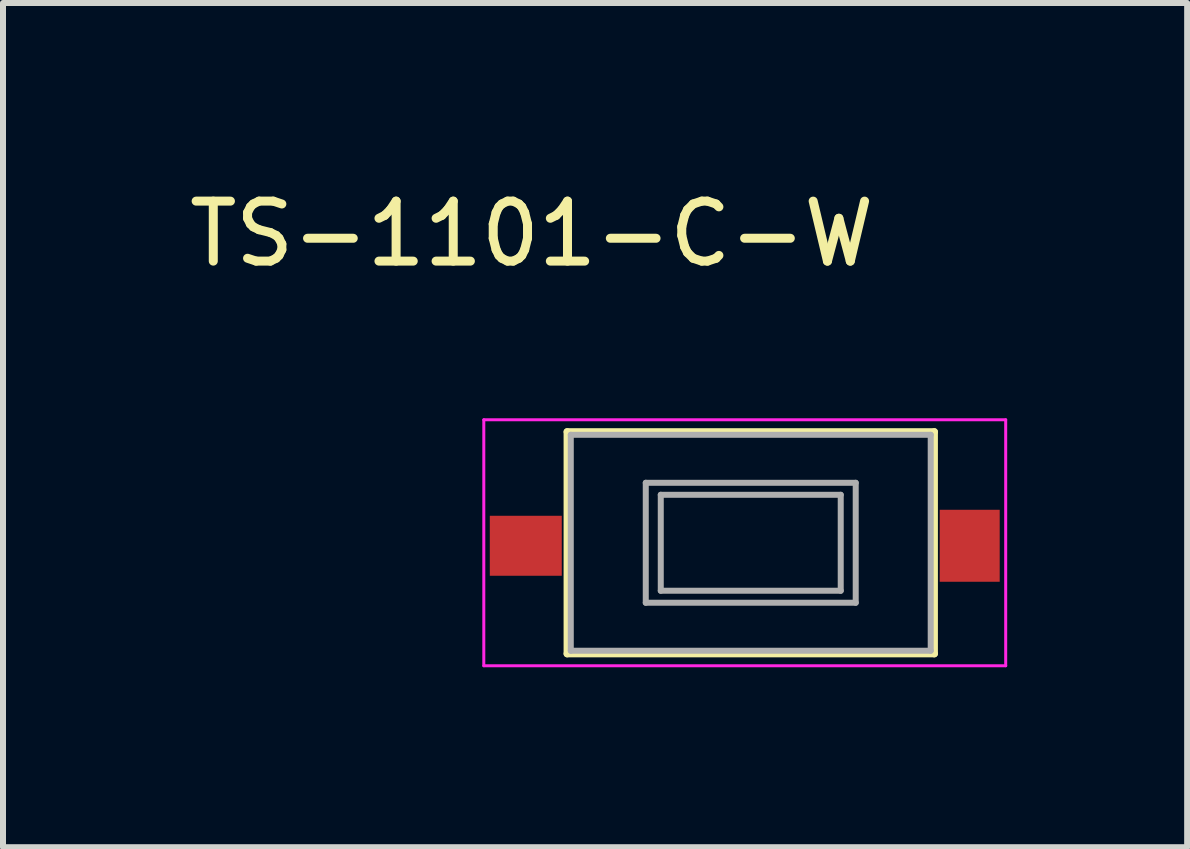
<source format=kicad_pcb>
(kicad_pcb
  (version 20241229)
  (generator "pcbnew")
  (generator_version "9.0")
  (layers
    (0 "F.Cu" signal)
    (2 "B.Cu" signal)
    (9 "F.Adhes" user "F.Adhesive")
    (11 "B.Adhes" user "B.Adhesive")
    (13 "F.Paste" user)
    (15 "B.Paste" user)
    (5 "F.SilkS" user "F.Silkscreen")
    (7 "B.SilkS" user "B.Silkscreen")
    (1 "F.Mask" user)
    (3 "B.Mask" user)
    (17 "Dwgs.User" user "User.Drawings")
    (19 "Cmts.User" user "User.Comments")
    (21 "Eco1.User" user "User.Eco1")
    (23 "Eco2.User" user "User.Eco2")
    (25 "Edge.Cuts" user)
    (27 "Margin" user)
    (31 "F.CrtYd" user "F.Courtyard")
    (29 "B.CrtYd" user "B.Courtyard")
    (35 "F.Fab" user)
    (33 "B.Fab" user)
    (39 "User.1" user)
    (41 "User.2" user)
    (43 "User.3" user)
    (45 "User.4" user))
  (footprint "TS-1101-C-W"
    (layer "F.Cu")
    (at 9.415 6.048)
    (property "Reference" "TS-1101-C-W" (at -3.6 -5.2 0) (unlocked yes) (layer "F.SilkS") (effects (font (size 1 1) (thickness 0.15))))
    (attr smd)
    (fp_line (start -3.01 -1.9) (end 3.11 -1.9) (stroke (width 0.12) (type solid)) (layer "F.SilkS"))
    (fp_line (start -3.01 1.8) (end -3.01 -1.9) (stroke (width 0.12) (type solid)) (layer "F.SilkS"))
    (fp_line (start 3.11 -1.9) (end 3.11 1.8) (stroke (width 0.12) (type solid)) (layer "F.SilkS"))
    (fp_line (start 3.11 1.8) (end -3.01 1.8) (stroke (width 0.12) (type solid)) (layer "F.SilkS"))
    (fp_line (start -4.4 -2.1) (end 4.3 -2.1) (stroke (width 0.05) (type solid)) (layer "F.CrtYd"))
    (fp_line (start -4.4 2) (end -4.4 -2.1) (stroke (width 0.05) (type solid)) (layer "F.CrtYd"))
    (fp_line (start 4.3 -2.1) (end 4.3 2) (stroke (width 0.05) (type solid)) (layer "F.CrtYd"))
    (fp_line (start 4.3 2) (end -4.4 2) (stroke (width 0.05) (type solid)) (layer "F.CrtYd"))
    (fp_line (start -2.95 -1.85) (end -2.95 1.75) (stroke (width 0.1) (type solid)) (layer "F.Fab"))
    (fp_line (start -2.95 -1.85) (end 3.05 -1.85) (stroke (width 0.1) (type solid)) (layer "F.Fab"))
    (fp_line (start -2.95 1.75) (end 3.05 1.75) (stroke (width 0.1) (type solid)) (layer "F.Fab"))
    (fp_line (start -1.7 -1.05) (end 1.8 -1.05) (stroke (width 0.1) (type solid)) (layer "F.Fab"))
    (fp_line (start -1.7 0.95) (end -1.7 -1.05) (stroke (width 0.1) (type solid)) (layer "F.Fab"))
    (fp_line (start -1.45 -0.85) (end -1.45 0.75) (stroke (width 0.1) (type solid)) (layer "F.Fab"))
    (fp_line (start -1.45 -0.85) (end 1.55 -0.85) (stroke (width 0.1) (type solid)) (layer "F.Fab"))
    (fp_line (start -1.45 0.75) (end 1.55 0.75) (stroke (width 0.1) (type solid)) (layer "F.Fab"))
    (fp_line (start 1.55 -0.85) (end 1.55 0.75) (stroke (width 0.1) (type solid)) (layer "F.Fab"))
    (fp_line (start 1.8 -1.05) (end 1.8 0.95) (stroke (width 0.1) (type solid)) (layer "F.Fab"))
    (fp_line (start 1.8 0.95) (end -1.7 0.95) (stroke (width 0.1) (type solid)) (layer "F.Fab"))
    (fp_line (start 3.05 -1.85) (end 3.05 1.75) (stroke (width 0.1) (type solid)) (layer "F.Fab"))
    (pad "1" smd rect (at -3.7 0) (size 1.2 1) (layers "F.Cu" "F.Mask" "F.Paste"))
    (pad "2" smd rect (at 3.7 0) (size 1 1.2) (layers "F.Cu" "F.Mask" "F.Paste")))
  (gr_rect
    (start -3 -3)
    (end 16.74 11.073)
    (stroke (width 0.1) (type default))
    (fill no)
    (layer "Edge.Cuts")))
</source>
